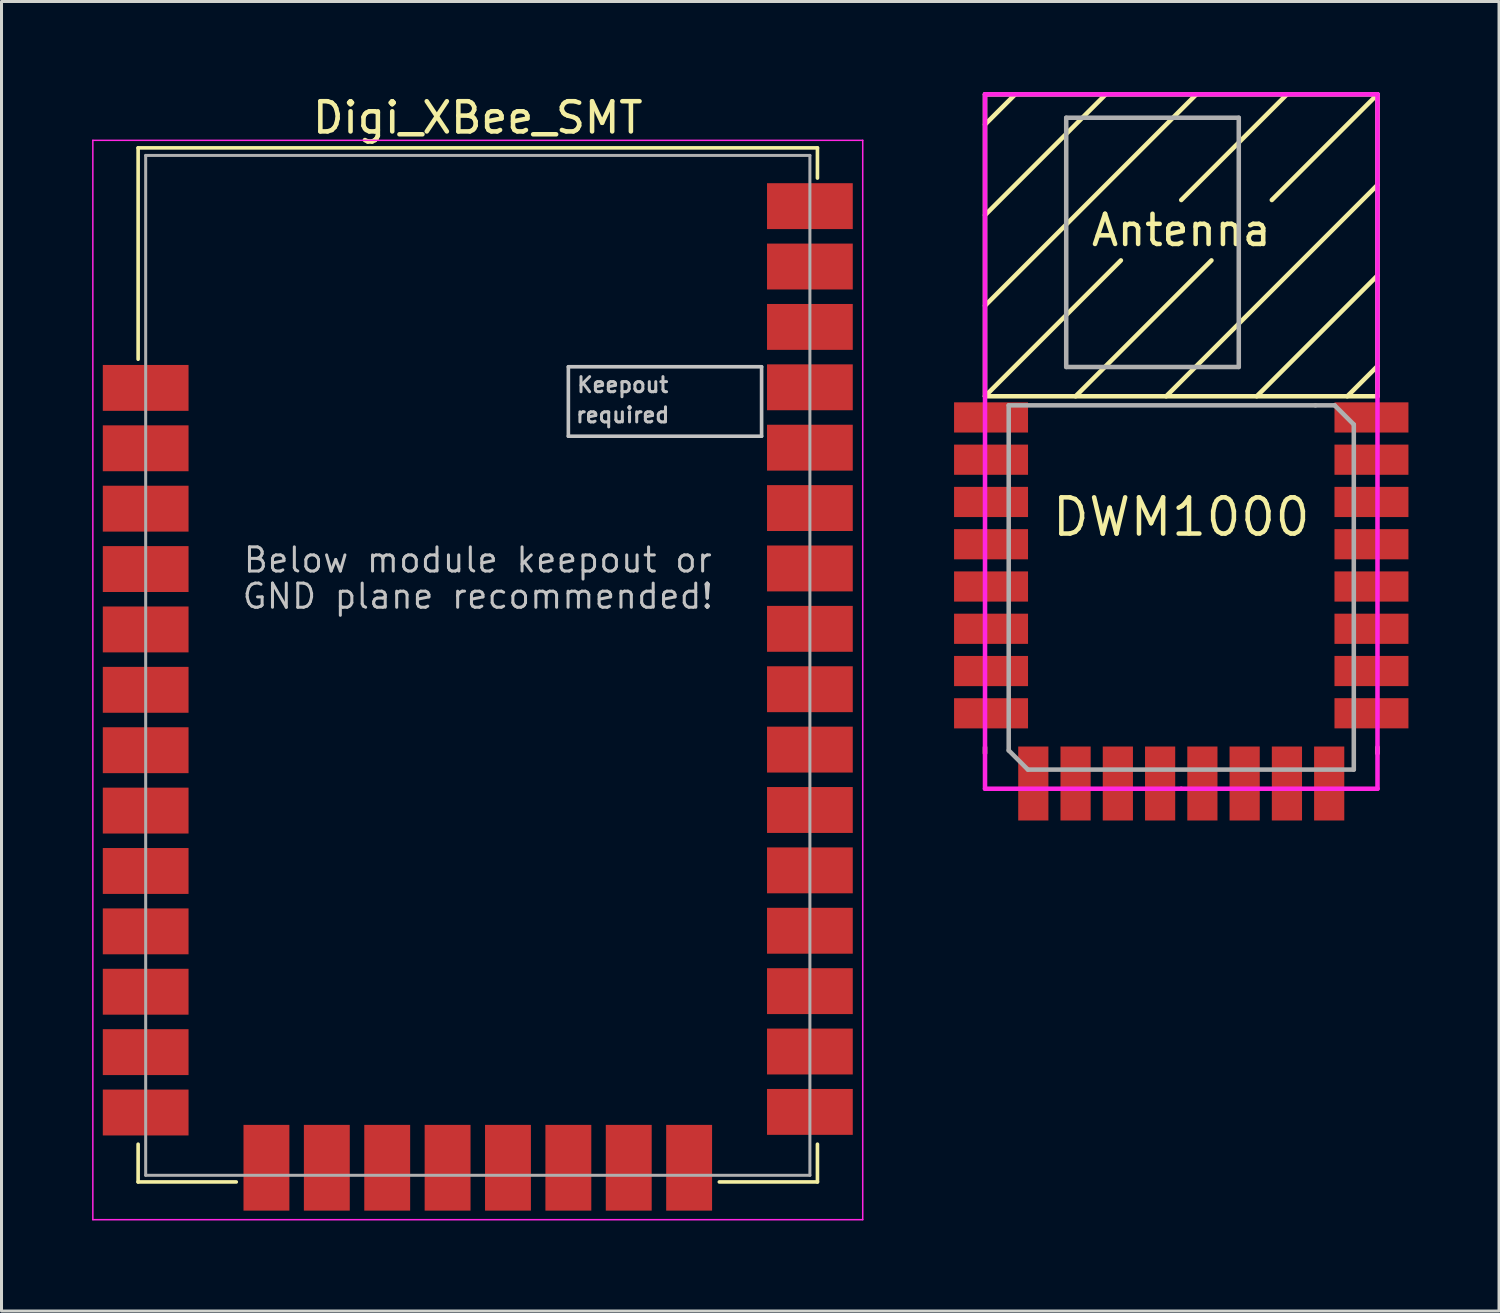
<source format=kicad_pcb>
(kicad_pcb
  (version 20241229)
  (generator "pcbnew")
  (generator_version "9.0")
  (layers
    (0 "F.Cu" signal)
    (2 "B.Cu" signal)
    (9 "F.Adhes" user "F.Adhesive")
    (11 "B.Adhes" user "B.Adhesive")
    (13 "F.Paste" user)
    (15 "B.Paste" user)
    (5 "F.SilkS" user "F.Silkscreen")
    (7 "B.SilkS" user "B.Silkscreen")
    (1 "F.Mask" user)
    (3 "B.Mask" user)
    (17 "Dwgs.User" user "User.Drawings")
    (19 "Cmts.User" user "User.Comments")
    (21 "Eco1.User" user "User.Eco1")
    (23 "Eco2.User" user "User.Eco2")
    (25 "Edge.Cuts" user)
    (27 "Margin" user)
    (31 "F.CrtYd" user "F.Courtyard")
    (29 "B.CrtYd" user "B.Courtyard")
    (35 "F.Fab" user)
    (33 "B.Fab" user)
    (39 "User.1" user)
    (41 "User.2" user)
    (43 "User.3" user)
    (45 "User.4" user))
  (footprint "DWM1000"
    (layer "F.Cu")
    (at 36.075 23.075)
    (property "Reference" "DWM1000" (at 0 -9 0) (layer "F.SilkS") (effects (font (size 1.2 1.2) (thickness 0.15))))
    (attr through_hole)
    (fp_line (start -6.5 -23) (end -6.5 -13) (stroke (width 0.15) (type solid)) (layer "F.SilkS"))
    (fp_line (start -6.5 -23) (end 6.5 -23) (stroke (width 0.15) (type solid)) (layer "F.SilkS"))
    (fp_line (start -6.5 -22) (end -5.5 -23) (stroke (width 0.15) (type solid)) (layer "F.SilkS"))
    (fp_line (start -6.5 -16) (end 0.5 -23) (stroke (width 0.15) (type solid)) (layer "F.SilkS"))
    (fp_line (start -6.5 -13) (end -2 -17.5) (stroke (width 0.15) (type solid)) (layer "F.SilkS"))
    (fp_line (start -6.5 -13) (end 6.5 -13) (stroke (width 0.15) (type solid)) (layer "F.SilkS"))
    (fp_line (start -6.5 -1.174) (end -6.5 -1.374) (stroke (width 0.15) (type solid)) (layer "F.SilkS"))
    (fp_line (start -2.5 -23) (end -6.5 -19) (stroke (width 0.15) (type solid)) (layer "F.SilkS"))
    (fp_line (start -0.5 -13) (end 6.5 -20) (stroke (width 0.15) (type solid)) (layer "F.SilkS"))
    (fp_line (start 0 -19.5) (end 3.5 -23) (stroke (width 0.15) (type solid)) (layer "F.SilkS"))
    (fp_line (start 1 -17.5) (end -3.5 -13) (stroke (width 0.15) (type solid)) (layer "F.SilkS"))
    (fp_line (start 5.5 -13) (end 6.5 -14) (stroke (width 0.15) (type solid)) (layer "F.SilkS"))
    (fp_line (start 6.5 -23) (end 3 -19.5) (stroke (width 0.15) (type solid)) (layer "F.SilkS"))
    (fp_line (start 6.5 -23) (end 6.5 -13) (stroke (width 0.15) (type solid)) (layer "F.SilkS"))
    (fp_line (start 6.5 -17) (end 2.5 -13) (stroke (width 0.15) (type solid)) (layer "F.SilkS"))
    (fp_line (start 6.5 -1.174) (end 6.5 -1.374) (stroke (width 0.15) (type solid)) (layer "F.SilkS"))
    (fp_line (start -6.5 -23) (end -6.5 0) (stroke (width 0.15) (type solid)) (layer "F.CrtYd"))
    (fp_line (start 0 0) (end -6.5 0) (stroke (width 0.15) (type solid)) (layer "F.CrtYd"))
    (fp_line (start 0 0) (end 6.5 0) (stroke (width 0.15) (type solid)) (layer "F.CrtYd"))
    (fp_line (start 6.5 -23) (end -6.5 -23) (stroke (width 0.15) (type solid)) (layer "F.CrtYd"))
    (fp_line (start 6.5 0) (end 6.5 -23) (stroke (width 0.15) (type solid)) (layer "F.CrtYd"))
    (fp_line (start -5.715 -12.7) (end 4.445 -12.7) (stroke (width 0.15) (type solid)) (layer "F.Fab"))
    (fp_line (start -5.715 -1.27) (end -5.715 -12.7) (stroke (width 0.15) (type solid)) (layer "F.Fab"))
    (fp_line (start -5.08 -0.635) (end -5.715 -1.27) (stroke (width 0.15) (type solid)) (layer "F.Fab"))
    (fp_line (start -3.81 -22.225) (end 1.905 -22.225) (stroke (width 0.15) (type solid)) (layer "F.Fab"))
    (fp_line (start -3.81 -13.97) (end -3.81 -22.225) (stroke (width 0.15) (type solid)) (layer "F.Fab"))
    (fp_line (start 1.905 -22.225) (end 1.905 -13.97) (stroke (width 0.15) (type solid)) (layer "F.Fab"))
    (fp_line (start 1.905 -13.97) (end -3.81 -13.97) (stroke (width 0.15) (type solid)) (layer "F.Fab"))
    (fp_line (start 4.445 -12.7) (end 5.08 -12.7) (stroke (width 0.15) (type solid)) (layer "F.Fab"))
    (fp_line (start 5.08 -12.7) (end 5.715 -12.065) (stroke (width 0.15) (type solid)) (layer "F.Fab"))
    (fp_line (start 5.715 -12.065) (end 5.715 -0.635) (stroke (width 0.15) (type solid)) (layer "F.Fab"))
    (fp_line (start 5.715 -0.635) (end -5.08 -0.635) (stroke (width 0.15) (type solid)) (layer "F.Fab"))
    (fp_text user "Antenna" (at 0 -18.5 0) (layer "F.SilkS") (effects (font (size 1 1) (thickness 0.15))))
    (pad "1" smd rect (at -6.3 -12.299 90) (size 1 2.45) (layers "F.Cu" "F.Mask" "F.Paste"))
    (pad "2" smd rect (at -6.3 -10.899 90) (size 1 2.45) (layers "F.Cu" "F.Mask" "F.Paste"))
    (pad "3" smd rect (at -6.3 -9.499 90) (size 1 2.45) (layers "F.Cu" "F.Mask" "F.Paste"))
    (pad "4" smd rect (at -6.3 -8.099 90) (size 1 2.45) (layers "F.Cu" "F.Mask" "F.Paste"))
    (pad "5" smd rect (at -6.3 -6.699 90) (size 1 2.45) (layers "F.Cu" "F.Mask" "F.Paste"))
    (pad "6" smd rect (at -6.3 -5.299 90) (size 1 2.45) (layers "F.Cu" "F.Mask" "F.Paste"))
    (pad "7" smd rect (at -6.3 -3.899 90) (size 1 2.45) (layers "F.Cu" "F.Mask" "F.Paste"))
    (pad "8" smd rect (at -6.3 -2.499 90) (size 1 2.45) (layers "F.Cu" "F.Mask" "F.Paste"))
    (pad "9" smd rect (at -4.9 -0.174) (size 1 2.45) (layers "F.Cu" "F.Mask" "F.Paste"))
    (pad "10" smd rect (at -3.5 -0.174) (size 1 2.45) (layers "F.Cu" "F.Mask" "F.Paste"))
    (pad "11" smd rect (at -2.1 -0.174) (size 1 2.45) (layers "F.Cu" "F.Mask" "F.Paste"))
    (pad "12" smd rect (at -0.7 -0.174) (size 1 2.45) (layers "F.Cu" "F.Mask" "F.Paste"))
    (pad "13" smd rect (at 0.7 -0.174) (size 1 2.45) (layers "F.Cu" "F.Mask" "F.Paste"))
    (pad "14" smd rect (at 2.1 -0.174) (size 1 2.45) (layers "F.Cu" "F.Mask" "F.Paste"))
    (pad "15" smd rect (at 3.5 -0.174) (size 1 2.45) (layers "F.Cu" "F.Mask" "F.Paste"))
    (pad "16" smd rect (at 4.9 -0.174) (size 1 2.45) (layers "F.Cu" "F.Mask" "F.Paste"))
    (pad "17" smd rect (at 6.3 -2.5 90) (size 1 2.45) (layers "F.Cu" "F.Mask" "F.Paste"))
    (pad "18" smd rect (at 6.3 -3.9 90) (size 1 2.45) (layers "F.Cu" "F.Mask" "F.Paste"))
    (pad "19" smd rect (at 6.3 -5.299 90) (size 1 2.45) (layers "F.Cu" "F.Mask" "F.Paste"))
    (pad "20" smd rect (at 6.3 -6.699 90) (size 1 2.45) (layers "F.Cu" "F.Mask" "F.Paste"))
    (pad "21" smd rect (at 6.3 -8.099 90) (size 1 2.45) (layers "F.Cu" "F.Mask" "F.Paste"))
    (pad "22" smd rect (at 6.3 -9.499 90) (size 1 2.45) (layers "F.Cu" "F.Mask" "F.Paste"))
    (pad "23" smd rect (at 6.3 -10.899 90) (size 1 2.45) (layers "F.Cu" "F.Mask" "F.Paste"))
    (pad "24" smd rect (at 6.3 -12.299 90) (size 1 2.45) (layers "F.Cu" "F.Mask" "F.Paste")))
  (footprint "Digi_XBee_SMT"
    (layer "F.Cu")
    (at 12.775 19.698)
    (property "Reference" "Digi_XBee_SMT" (at 0 -18.85 0) (layer "F.SilkS") (effects (font (size 1 1) (thickness 0.15))))
    (attr through_hole)
    (fp_line (start -11.25 -17.85) (end 11.25 -17.85) (stroke (width 0.12) (type solid)) (layer "F.SilkS"))
    (fp_line (start -11.25 -10.85) (end -11.25 -17.85) (stroke (width 0.12) (type solid)) (layer "F.SilkS"))
    (fp_line (start -11.25 15.15) (end -11.25 16.4) (stroke (width 0.12) (type solid)) (layer "F.SilkS"))
    (fp_line (start -11.25 16.4) (end -8 16.4) (stroke (width 0.12) (type solid)) (layer "F.SilkS"))
    (fp_line (start 8 16.4) (end 11.25 16.4) (stroke (width 0.12) (type solid)) (layer "F.SilkS"))
    (fp_line (start 11.25 -17.85) (end 11.25 -16.85) (stroke (width 0.12) (type solid)) (layer "F.SilkS"))
    (fp_line (start 11.25 16.4) (end 11.25 15.15) (stroke (width 0.12) (type solid)) (layer "F.SilkS"))
    (fp_line (start 3 -10.6) (end 3 -8.3) (stroke (width 0.12) (type solid)) (layer "Dwgs.User"))
    (fp_line (start 3 -8.3) (end 9.4 -8.3) (stroke (width 0.12) (type solid)) (layer "Dwgs.User"))
    (fp_line (start 9.4 -10.6) (end 3 -10.6) (stroke (width 0.12) (type solid)) (layer "Dwgs.User"))
    (fp_line (start 9.4 -8.3) (end 9.4 -10.6) (stroke (width 0.12) (type solid)) (layer "Dwgs.User"))
    (fp_line (start -12.75 -18.1) (end 12.75 -18.1) (stroke (width 0.05) (type solid)) (layer "F.CrtYd"))
    (fp_line (start -12.75 17.65) (end -12.75 -18.1) (stroke (width 0.05) (type solid)) (layer "F.CrtYd"))
    (fp_line (start 12.75 -18.1) (end 12.75 17.65) (stroke (width 0.05) (type solid)) (layer "F.CrtYd"))
    (fp_line (start 12.75 17.65) (end -12.75 17.65) (stroke (width 0.05) (type solid)) (layer "F.CrtYd"))
    (fp_line (start -11 -17.6) (end -11 16.18) (stroke (width 0.1) (type solid)) (layer "F.Fab"))
    (fp_line (start -11 16.18) (end 11 16.18) (stroke (width 0.1) (type solid)) (layer "F.Fab"))
    (fp_line (start 11 -17.6) (end -11 -17.6) (stroke (width 0.1) (type solid)) (layer "F.Fab"))
    (fp_line (start 11 16.18) (end 11 -17.6) (stroke (width 0.1) (type solid)) (layer "F.Fab"))
    (fp_text user "required" (at 4.8 -9 0) (layer "Dwgs.User") (effects (font (size 0.5 0.5) (thickness 0.1))))
    (fp_text user "GND plane recommended!" (at 0 -3 0) (layer "Dwgs.User") (effects (font (size 0.8 0.8) (thickness 0.1))))
    (fp_text user "Keepout" (at 4.8 -10 0) (layer "Dwgs.User") (effects (font (size 0.5 0.5) (thickness 0.1))))
    (fp_text user "Below module keepout or" (at 0 -4.2 0) (layer "Dwgs.User") (effects (font (size 0.8 0.8) (thickness 0.1))))
    (pad "1" smd rect (at -11 -9.9) (size 2.84 1.52) (layers "F.Cu" "F.Mask" "F.Paste"))
    (pad "2" smd rect (at -11 -7.9) (size 2.84 1.52) (layers "F.Cu" "F.Mask" "F.Paste"))
    (pad "3" smd rect (at -11 -5.9) (size 2.84 1.52) (layers "F.Cu" "F.Mask" "F.Paste"))
    (pad "4" smd rect (at -11 -3.9) (size 2.84 1.52) (layers "F.Cu" "F.Mask" "F.Paste"))
    (pad "5" smd rect (at -11 -1.9) (size 2.84 1.52) (layers "F.Cu" "F.Mask" "F.Paste"))
    (pad "6" smd rect (at -11 0.1) (size 2.84 1.52) (layers "F.Cu" "F.Mask" "F.Paste"))
    (pad "7" smd rect (at -11 2.1) (size 2.84 1.52) (layers "F.Cu" "F.Mask" "F.Paste"))
    (pad "8" smd rect (at -11 4.1) (size 2.84 1.52) (layers "F.Cu" "F.Mask" "F.Paste"))
    (pad "9" smd rect (at -11 6.1) (size 2.84 1.52) (layers "F.Cu" "F.Mask" "F.Paste"))
    (pad "10" smd rect (at -11 8.1) (size 2.84 1.52) (layers "F.Cu" "F.Mask" "F.Paste"))
    (pad "11" smd rect (at -11 10.1) (size 2.84 1.52) (layers "F.Cu" "F.Mask" "F.Paste"))
    (pad "12" smd rect (at -11 12.1) (size 2.84 1.52) (layers "F.Cu" "F.Mask" "F.Paste"))
    (pad "13" smd rect (at -11 14.1) (size 2.84 1.52) (layers "F.Cu" "F.Mask" "F.Paste"))
    (pad "14" smd rect (at -7 15.93 90) (size 2.84 1.52) (layers "F.Cu" "F.Mask" "F.Paste"))
    (pad "15" smd rect (at -5 15.93 90) (size 2.84 1.52) (layers "F.Cu" "F.Mask" "F.Paste"))
    (pad "16" smd rect (at -3 15.93 90) (size 2.84 1.52) (layers "F.Cu" "F.Mask" "F.Paste"))
    (pad "17" smd rect (at -1 15.93 90) (size 2.84 1.52) (layers "F.Cu" "F.Mask" "F.Paste"))
    (pad "18" smd rect (at 1 15.93 90) (size 2.84 1.52) (layers "F.Cu" "F.Mask" "F.Paste"))
    (pad "19" smd rect (at 3 15.93 90) (size 2.84 1.52) (layers "F.Cu" "F.Mask" "F.Paste"))
    (pad "20" smd rect (at 5 15.93 90) (size 2.84 1.52) (layers "F.Cu" "F.Mask" "F.Paste"))
    (pad "21" smd rect (at 7 15.93 90) (size 2.84 1.52) (layers "F.Cu" "F.Mask" "F.Paste"))
    (pad "22" smd rect (at 11 14.08) (size 2.84 1.52) (layers "F.Cu" "F.Mask" "F.Paste"))
    (pad "23" smd rect (at 11 12.08) (size 2.84 1.52) (layers "F.Cu" "F.Mask" "F.Paste"))
    (pad "24" smd rect (at 11 10.08) (size 2.84 1.52) (layers "F.Cu" "F.Mask" "F.Paste"))
    (pad "25" smd rect (at 11 8.08) (size 2.84 1.52) (layers "F.Cu" "F.Mask" "F.Paste"))
    (pad "26" smd rect (at 11 6.08) (size 2.84 1.52) (layers "F.Cu" "F.Mask" "F.Paste"))
    (pad "27" smd rect (at 11 4.08) (size 2.84 1.52) (layers "F.Cu" "F.Mask" "F.Paste"))
    (pad "28" smd rect (at 11 2.08) (size 2.84 1.52) (layers "F.Cu" "F.Mask" "F.Paste"))
    (pad "29" smd rect (at 11 0.08) (size 2.84 1.52) (layers "F.Cu" "F.Mask" "F.Paste"))
    (pad "30" smd rect (at 11 -1.92) (size 2.84 1.52) (layers "F.Cu" "F.Mask" "F.Paste"))
    (pad "31" smd rect (at 11 -3.92) (size 2.84 1.52) (layers "F.Cu" "F.Mask" "F.Paste"))
    (pad "32" smd rect (at 11 -5.92) (size 2.84 1.52) (layers "F.Cu" "F.Mask" "F.Paste"))
    (pad "33" smd rect (at 11 -7.92) (size 2.84 1.52) (layers "F.Cu" "F.Mask" "F.Paste"))
    (pad "34" smd rect (at 11 -9.92) (size 2.84 1.52) (layers "F.Cu" "F.Mask" "F.Paste"))
    (pad "35" smd rect (at 11 -11.92) (size 2.84 1.52) (layers "F.Cu" "F.Mask" "F.Paste"))
    (pad "36" smd rect (at 11 -13.92) (size 2.84 1.52) (layers "F.Cu" "F.Mask" "F.Paste"))
    (pad "37" smd rect (at 11 -15.92) (size 2.84 1.52) (layers "F.Cu" "F.Mask" "F.Paste")))
  (gr_rect
    (start -3 -3)
    (end 46.6 40.373)
    (stroke (width 0.1) (type default))
    (fill no)
    (layer "Edge.Cuts")))
</source>
